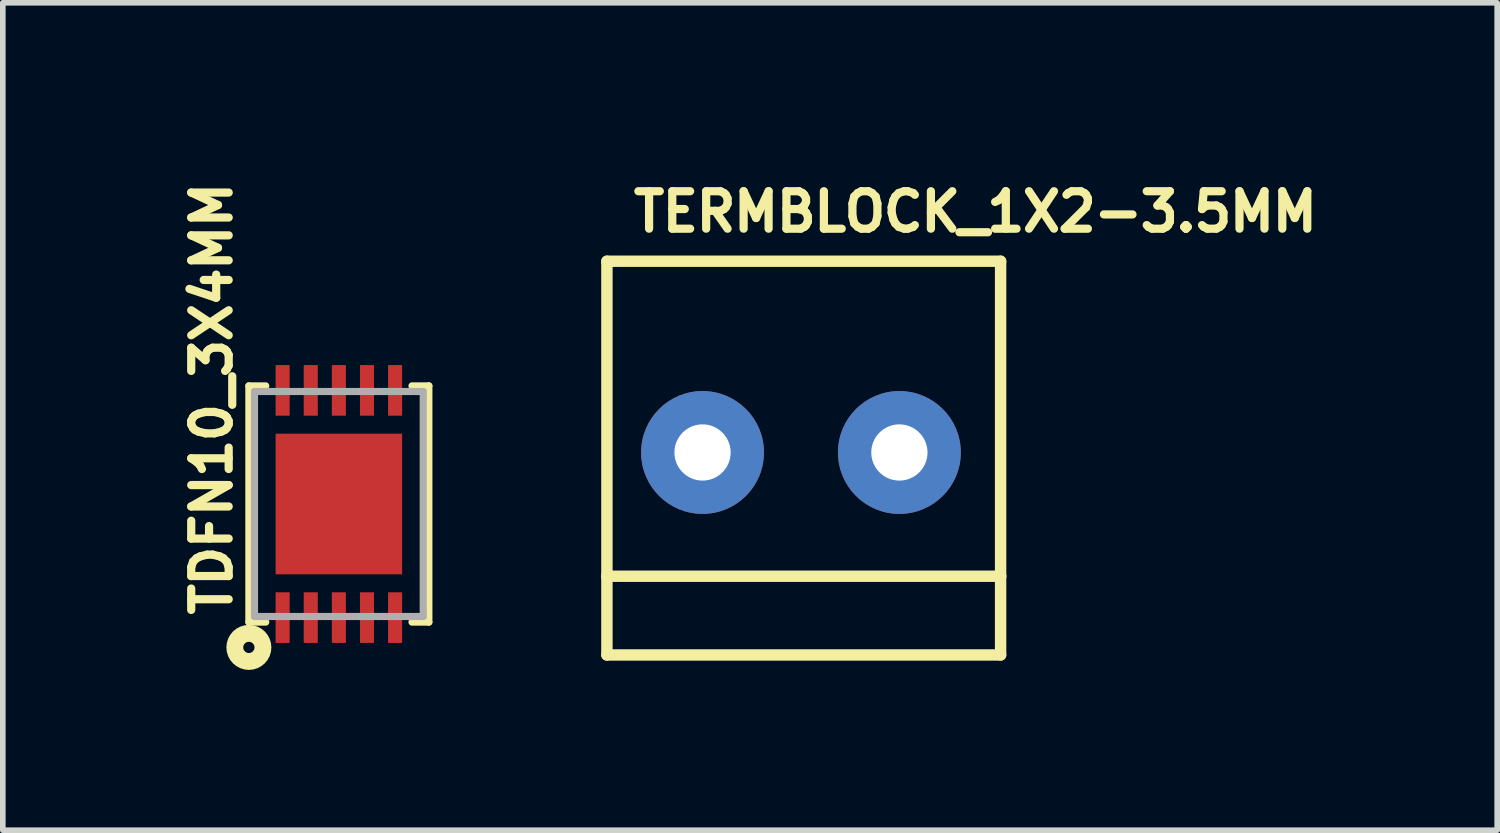
<source format=kicad_pcb>
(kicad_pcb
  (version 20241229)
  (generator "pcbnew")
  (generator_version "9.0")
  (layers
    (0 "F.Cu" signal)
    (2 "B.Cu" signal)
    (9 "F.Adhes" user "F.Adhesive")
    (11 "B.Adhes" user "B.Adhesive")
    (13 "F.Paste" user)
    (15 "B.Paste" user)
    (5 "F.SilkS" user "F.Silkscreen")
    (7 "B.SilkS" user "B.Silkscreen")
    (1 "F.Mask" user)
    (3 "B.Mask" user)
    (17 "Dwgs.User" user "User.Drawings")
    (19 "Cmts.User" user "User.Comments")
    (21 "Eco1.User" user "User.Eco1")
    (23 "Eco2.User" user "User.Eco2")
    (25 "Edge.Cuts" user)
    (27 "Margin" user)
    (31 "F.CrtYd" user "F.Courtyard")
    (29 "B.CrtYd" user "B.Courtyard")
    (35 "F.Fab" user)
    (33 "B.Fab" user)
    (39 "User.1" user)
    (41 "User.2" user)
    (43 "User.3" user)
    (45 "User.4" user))
  (footprint "TERMBLOCK_1X2-3.5MM"
    (layer "F.Cu")
    (at 11.141 4.995)
    (property "Reference" "TERMBLOCK_1X2-3.5MM" (at -3 -3.89 0) (unlocked yes) (layer "F.SilkS") (effects (font (size 0.666 0.666) (thickness 0.146)) (justify left bottom)))
    (fp_line (start -3.4 -3.4) (end -3.4 2.2) (stroke (width 0.203) (type solid)) (layer "F.SilkS"))
    (fp_line (start -3.4 2.2) (end -3.4 3.6) (stroke (width 0.203) (type solid)) (layer "F.SilkS"))
    (fp_line (start -3.4 2.2) (end 3.6 2.2) (stroke (width 0.203) (type solid)) (layer "F.SilkS"))
    (fp_line (start -3.4 3.6) (end 3.6 3.6) (stroke (width 0.203) (type solid)) (layer "F.SilkS"))
    (fp_line (start 3.6 -3.4) (end -3.4 -3.4) (stroke (width 0.203) (type solid)) (layer "F.SilkS"))
    (fp_line (start 3.6 2.2) (end 3.6 -3.4) (stroke (width 0.203) (type solid)) (layer "F.SilkS"))
    (fp_line (start 3.6 3.6) (end 3.6 2.2) (stroke (width 0.203) (type solid)) (layer "F.SilkS"))
    (pad "1" thru_hole circle (at 1.8 0) (size 2.184 2.184) (drill 1) (layers "*.Cu" "*.Mask"))
    (pad "2" thru_hole circle (at -1.7 0) (size 2.184 2.184) (drill 1) (layers "*.Cu" "*.Mask")))
  (footprint "TDFN10_3X4MM"
    (layer "F.Cu")
    (at 2.975 5.911)
    (property "Reference" "TDFN10_3X4MM" (at -1.87 2.043 90) (unlocked yes) (layer "F.SilkS") (effects (font (size 0.666 0.666) (thickness 0.146)) (justify left bottom)))
    (fp_poly (pts (xy -1.15 -1.55) (xy -0.85 -1.55) (xy -0.85 -2.5) (xy -1.15 -2.5)) (stroke (width 0) (type default)) (fill yes) (layer "F.Mask"))
    (fp_poly (pts (xy -1.15 2.5) (xy -0.85 2.5) (xy -0.85 1.55) (xy -1.15 1.55)) (stroke (width 0) (type default)) (fill yes) (layer "F.Mask"))
    (fp_poly (pts (xy -0.65 -1.55) (xy -0.35 -1.55) (xy -0.35 -2.5) (xy -0.65 -2.5)) (stroke (width 0) (type default)) (fill yes) (layer "F.Mask"))
    (fp_poly (pts (xy -0.65 2.5) (xy -0.35 2.5) (xy -0.35 1.55) (xy -0.65 1.55)) (stroke (width 0) (type default)) (fill yes) (layer "F.Mask"))
    (fp_poly (pts (xy -0.15 -1.55) (xy 0.15 -1.55) (xy 0.15 -2.5) (xy -0.15 -2.5)) (stroke (width 0) (type default)) (fill yes) (layer "F.Mask"))
    (fp_poly (pts (xy -0.15 2.5) (xy 0.15 2.5) (xy 0.15 1.55) (xy -0.15 1.55)) (stroke (width 0) (type default)) (fill yes) (layer "F.Mask"))
    (fp_poly (pts (xy 0.35 -1.55) (xy 0.65 -1.55) (xy 0.65 -2.5) (xy 0.35 -2.5)) (stroke (width 0) (type default)) (fill yes) (layer "F.Mask"))
    (fp_poly (pts (xy 0.35 2.5) (xy 0.65 2.5) (xy 0.65 1.55) (xy 0.35 1.55)) (stroke (width 0) (type default)) (fill yes) (layer "F.Mask"))
    (fp_poly (pts (xy 0.85 -1.55) (xy 1.15 -1.55) (xy 1.15 -2.5) (xy 0.85 -2.5)) (stroke (width 0) (type default)) (fill yes) (layer "F.Mask"))
    (fp_poly (pts (xy 0.85 2.5) (xy 1.15 2.5) (xy 1.15 1.55) (xy 0.85 1.55)) (stroke (width 0) (type default)) (fill yes) (layer "F.Mask"))
    (fp_line (start -1.6 -2.1) (end -1.6 2.1) (stroke (width 0.127) (type solid)) (layer "F.SilkS"))
    (fp_line (start -1.6 2.1) (end -1.3 2.1) (stroke (width 0.127) (type solid)) (layer "F.SilkS"))
    (fp_line (start -1.3 -2.1) (end -1.6 -2.1) (stroke (width 0.127) (type solid)) (layer "F.SilkS"))
    (fp_line (start 1.3 2.1) (end 1.6 2.1) (stroke (width 0.127) (type solid)) (layer "F.SilkS"))
    (fp_line (start 1.6 -2.1) (end 1.3 -2.1) (stroke (width 0.127) (type solid)) (layer "F.SilkS"))
    (fp_line (start 1.6 2.1) (end 1.6 -2.1) (stroke (width 0.127) (type solid)) (layer "F.SilkS"))
    (fp_circle (center -1.6 2.55) (end -1.5 2.55) (stroke (width 0.3) (type solid)) (fill no) (layer "F.SilkS"))
    (fp_poly (pts (xy -0.9 -0.3) (xy -0.2 -0.3) (xy -0.2 -1) (xy -0.9 -1)) (stroke (width 0) (type default)) (fill yes) (layer "F.Paste"))
    (fp_poly (pts (xy -0.9 1) (xy -0.2 1) (xy -0.2 0.3) (xy -0.9 0.3)) (stroke (width 0) (type default)) (fill yes) (layer "F.Paste"))
    (fp_poly (pts (xy 0.2 -0.3) (xy 0.9 -0.3) (xy 0.9 -1) (xy 0.2 -1)) (stroke (width 0) (type default)) (fill yes) (layer "F.Paste"))
    (fp_poly (pts (xy 0.2 1) (xy 0.9 1) (xy 0.9 0.3) (xy 0.2 0.3)) (stroke (width 0) (type default)) (fill yes) (layer "F.Paste"))
    (fp_line (start -1.5 -2) (end 1.5 -2) (stroke (width 0.127) (type solid)) (layer "F.Fab"))
    (fp_line (start -1.5 2) (end -1.5 -2) (stroke (width 0.127) (type solid)) (layer "F.Fab"))
    (fp_line (start 1.5 -2) (end 1.5 2) (stroke (width 0.127) (type solid)) (layer "F.Fab"))
    (fp_line (start 1.5 2) (end -1.5 2) (stroke (width 0.127) (type solid)) (layer "F.Fab"))
    (pad "1" smd rect (at -1 2.02 90) (size 0.9 0.25) (layers "F.Cu" "F.Paste"))
    (pad "2" smd rect (at -0.5 2.02 90) (size 0.9 0.25) (layers "F.Cu" "F.Paste"))
    (pad "3" smd rect (at 0 2.02 90) (size 0.9 0.25) (layers "F.Cu" "F.Paste"))
    (pad "4" smd rect (at 0.5 2.02 90) (size 0.9 0.25) (layers "F.Cu" "F.Paste"))
    (pad "5" smd rect (at 1 2.02 90) (size 0.9 0.25) (layers "F.Cu" "F.Paste"))
    (pad "6" smd rect (at 1 -2.02 270) (size 0.9 0.25) (layers "F.Cu" "F.Paste"))
    (pad "7" smd rect (at 0.5 -2.02 270) (size 0.9 0.25) (layers "F.Cu" "F.Paste"))
    (pad "8" smd rect (at 0 -2.02 270) (size 0.9 0.25) (layers "F.Cu" "F.Paste"))
    (pad "9" smd rect (at -0.5 -2.02 270) (size 0.9 0.25) (layers "F.Cu" "F.Paste"))
    (pad "10" smd rect (at -1 -2.02 270) (size 0.9 0.25) (layers "F.Cu" "F.Paste"))
    (pad "THERMAL" smd rect (at 0 0 90) (size 2.5 2.25) (layers "F.Cu" "F.Mask")))
  (gr_rect
    (start -3 -3)
    (end 23.57 11.711)
    (stroke (width 0.1) (type default))
    (fill no)
    (layer "Edge.Cuts")))
</source>
